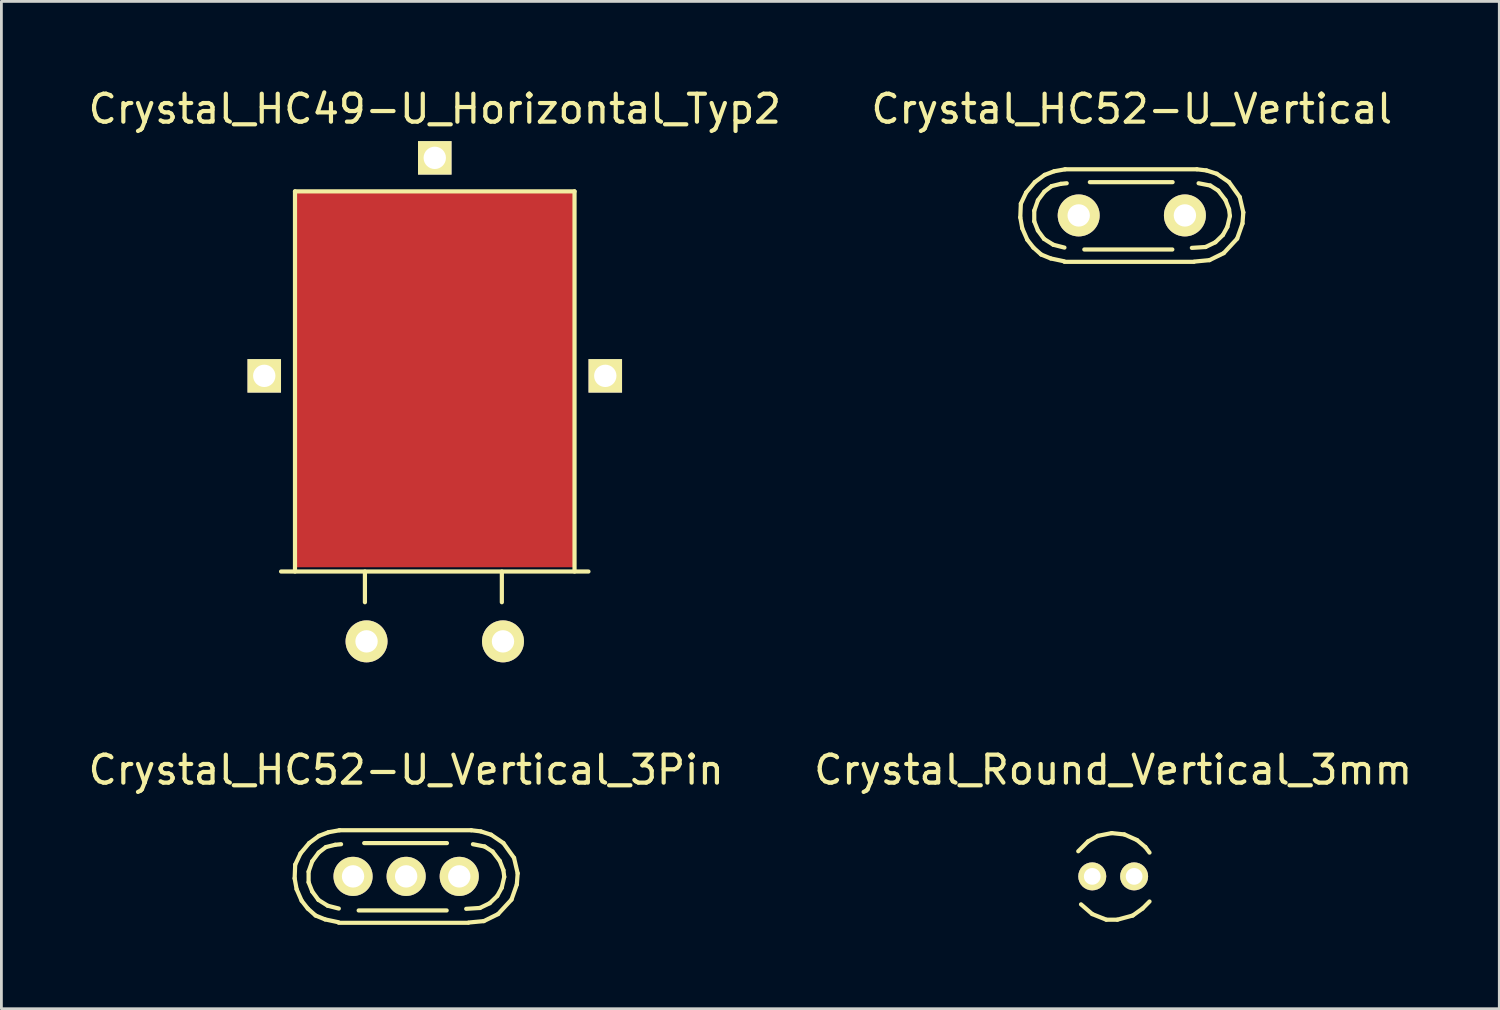
<source format=kicad_pcb>
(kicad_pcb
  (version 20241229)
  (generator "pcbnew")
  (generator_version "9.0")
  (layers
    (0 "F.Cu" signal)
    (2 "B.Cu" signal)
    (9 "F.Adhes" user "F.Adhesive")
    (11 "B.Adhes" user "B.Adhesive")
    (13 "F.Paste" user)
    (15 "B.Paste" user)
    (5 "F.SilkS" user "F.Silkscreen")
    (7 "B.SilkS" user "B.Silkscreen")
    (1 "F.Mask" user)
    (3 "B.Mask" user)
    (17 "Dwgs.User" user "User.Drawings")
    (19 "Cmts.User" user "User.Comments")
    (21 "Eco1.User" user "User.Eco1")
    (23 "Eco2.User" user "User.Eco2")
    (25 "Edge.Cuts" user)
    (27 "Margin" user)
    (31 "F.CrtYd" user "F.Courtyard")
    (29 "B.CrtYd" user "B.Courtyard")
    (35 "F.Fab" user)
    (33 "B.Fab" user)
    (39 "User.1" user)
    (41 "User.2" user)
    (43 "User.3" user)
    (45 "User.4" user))
  (footprint "Crystal_HC52-U_Vertical_3Pin"
    (layer "F.Cu")
    (at 11.482 28.307)
    (property "Reference" "Crystal_HC52-U_Vertical_3Pin" (at 0 -3.81 0) (layer "F.SilkS") (effects (font (size 1 1) (thickness 0.15))))
    (attr through_hole)
    (fp_line (start -3.99 0.071) (end -3.97 -0.419) (stroke (width 0.15) (type solid)) (layer "F.SilkS"))
    (fp_line (start -3.97 -0.419) (end -3.78 -0.82) (stroke (width 0.15) (type solid)) (layer "F.SilkS"))
    (fp_line (start -3.919 0.46) (end -3.99 0.071) (stroke (width 0.15) (type solid)) (layer "F.SilkS"))
    (fp_line (start -3.78 -0.82) (end -3.47 -1.191) (stroke (width 0.15) (type solid)) (layer "F.SilkS"))
    (fp_line (start -3.739 0.871) (end -3.919 0.46) (stroke (width 0.15) (type solid)) (layer "F.SilkS"))
    (fp_line (start -3.52 1.151) (end -3.739 0.871) (stroke (width 0.15) (type solid)) (layer "F.SilkS"))
    (fp_line (start -3.49 -0.17) (end -3.36 -0.541) (stroke (width 0.15) (type solid)) (layer "F.SilkS"))
    (fp_line (start -3.49 0.211) (end -3.49 -0.17) (stroke (width 0.15) (type solid)) (layer "F.SilkS"))
    (fp_line (start -3.47 -1.191) (end -3.119 -1.45) (stroke (width 0.15) (type solid)) (layer "F.SilkS"))
    (fp_line (start -3.36 -0.541) (end -3.129 -0.851) (stroke (width 0.15) (type solid)) (layer "F.SilkS"))
    (fp_line (start -3.36 0.541) (end -3.49 0.211) (stroke (width 0.15) (type solid)) (layer "F.SilkS"))
    (fp_line (start -3.241 1.4) (end -3.52 1.151) (stroke (width 0.15) (type solid)) (layer "F.SilkS"))
    (fp_line (start -3.139 0.841) (end -3.36 0.541) (stroke (width 0.15) (type solid)) (layer "F.SilkS"))
    (fp_line (start -3.129 -0.851) (end -2.87 -1.049) (stroke (width 0.15) (type solid)) (layer "F.SilkS"))
    (fp_line (start -3.119 -1.45) (end -2.779 -1.58) (stroke (width 0.15) (type solid)) (layer "F.SilkS"))
    (fp_line (start -2.901 1.539) (end -3.241 1.4) (stroke (width 0.15) (type solid)) (layer "F.SilkS"))
    (fp_line (start -2.87 -1.049) (end -2.54 -1.13) (stroke (width 0.15) (type solid)) (layer "F.SilkS"))
    (fp_line (start -2.809 1.049) (end -3.139 0.841) (stroke (width 0.15) (type solid)) (layer "F.SilkS"))
    (fp_line (start -2.779 -1.58) (end -2.38 -1.651) (stroke (width 0.15) (type solid)) (layer "F.SilkS"))
    (fp_line (start -2.54 -1.13) (end -2.329 -1.151) (stroke (width 0.15) (type solid)) (layer "F.SilkS"))
    (fp_line (start -2.421 1.641) (end -2.901 1.539) (stroke (width 0.15) (type solid)) (layer "F.SilkS"))
    (fp_line (start -2.41 1.151) (end -2.809 1.049) (stroke (width 0.15) (type solid)) (layer "F.SilkS"))
    (fp_line (start -2.39 -1.651) (end 2.329 -1.651) (stroke (width 0.15) (type solid)) (layer "F.SilkS"))
    (fp_line (start -1.699 1.219) (end 1.45 1.219) (stroke (width 0.15) (type solid)) (layer "F.SilkS"))
    (fp_line (start 1.46 -1.191) (end -1.501 -1.191) (stroke (width 0.15) (type solid)) (layer "F.SilkS"))
    (fp_line (start 2.22 1.661) (end -2.41 1.661) (stroke (width 0.15) (type solid)) (layer "F.SilkS"))
    (fp_line (start 2.329 -1.651) (end 2.67 -1.61) (stroke (width 0.15) (type solid)) (layer "F.SilkS"))
    (fp_line (start 2.39 -1.151) (end 2.809 -1.069) (stroke (width 0.15) (type solid)) (layer "F.SilkS"))
    (fp_line (start 2.639 1.13) (end 2.149 1.161) (stroke (width 0.15) (type solid)) (layer "F.SilkS"))
    (fp_line (start 2.67 -1.61) (end 3.04 -1.491) (stroke (width 0.15) (type solid)) (layer "F.SilkS"))
    (fp_line (start 2.779 1.6) (end 2.24 1.651) (stroke (width 0.15) (type solid)) (layer "F.SilkS"))
    (fp_line (start 2.809 -1.069) (end 3.091 -0.889) (stroke (width 0.15) (type solid)) (layer "F.SilkS"))
    (fp_line (start 2.99 0.96) (end 2.639 1.13) (stroke (width 0.15) (type solid)) (layer "F.SilkS"))
    (fp_line (start 3.04 -1.491) (end 3.48 -1.191) (stroke (width 0.15) (type solid)) (layer "F.SilkS"))
    (fp_line (start 3.091 -0.889) (end 3.35 -0.551) (stroke (width 0.15) (type solid)) (layer "F.SilkS"))
    (fp_line (start 3.259 0.701) (end 2.99 0.96) (stroke (width 0.15) (type solid)) (layer "F.SilkS"))
    (fp_line (start 3.289 1.349) (end 2.779 1.6) (stroke (width 0.15) (type solid)) (layer "F.SilkS"))
    (fp_line (start 3.35 -0.551) (end 3.48 -0.221) (stroke (width 0.15) (type solid)) (layer "F.SilkS"))
    (fp_line (start 3.419 0.409) (end 3.259 0.701) (stroke (width 0.15) (type solid)) (layer "F.SilkS"))
    (fp_line (start 3.48 -1.191) (end 3.861 -0.66) (stroke (width 0.15) (type solid)) (layer "F.SilkS"))
    (fp_line (start 3.48 -0.221) (end 3.51 0.02) (stroke (width 0.15) (type solid)) (layer "F.SilkS"))
    (fp_line (start 3.51 0.02) (end 3.419 0.409) (stroke (width 0.15) (type solid)) (layer "F.SilkS"))
    (fp_line (start 3.769 0.831) (end 3.289 1.349) (stroke (width 0.15) (type solid)) (layer "F.SilkS"))
    (fp_line (start 3.861 -0.66) (end 3.99 -0.109) (stroke (width 0.15) (type solid)) (layer "F.SilkS"))
    (fp_line (start 3.96 0.29) (end 3.769 0.831) (stroke (width 0.15) (type solid)) (layer "F.SilkS"))
    (fp_line (start 3.99 -0.109) (end 3.96 0.29) (stroke (width 0.15) (type solid)) (layer "F.SilkS"))
    (pad "1" thru_hole circle (at -1.9 0) (size 1.4 1.4) (drill 0.8) (layers "*.Cu" "*.Mask" "F.SilkS"))
    (pad "2" thru_hole circle (at 1.9 0) (size 1.4 1.4) (drill 0.8) (layers "*.Cu" "*.Mask" "F.SilkS"))
    (pad "3" thru_hole circle (at 0 0) (size 1.4 1.4) (drill 0.8) (layers "*.Cu" "*.Mask" "F.SilkS")))
  (footprint "Crystal_Round_Vertical_3mm"
    (layer "F.Cu")
    (at 36.78 28.307)
    (property "Reference" "Crystal_Round_Vertical_3mm" (at 0 -3.81 0) (layer "F.SilkS") (effects (font (size 1 1) (thickness 0.15))))
    (attr through_hole)
    (fp_line (start -0.899 -1.25) (end -1.25 -0.899) (stroke (width 0.15) (type solid)) (layer "F.SilkS"))
    (fp_line (start -0.749 1.349) (end -1.151 1.001) (stroke (width 0.15) (type solid)) (layer "F.SilkS"))
    (fp_line (start -0.551 -1.45) (end -0.899 -1.25) (stroke (width 0.15) (type solid)) (layer "F.SilkS"))
    (fp_line (start -0.249 1.549) (end -0.749 1.349) (stroke (width 0.15) (type solid)) (layer "F.SilkS"))
    (fp_line (start -0.051 -1.549) (end -0.551 -1.45) (stroke (width 0.15) (type solid)) (layer "F.SilkS"))
    (fp_line (start 0.15 1.549) (end -0.249 1.549) (stroke (width 0.15) (type solid)) (layer "F.SilkS"))
    (fp_line (start 0.399 -1.501) (end -0.051 -1.549) (stroke (width 0.15) (type solid)) (layer "F.SilkS"))
    (fp_line (start 0.701 1.4) (end 0.15 1.549) (stroke (width 0.15) (type solid)) (layer "F.SilkS"))
    (fp_line (start 0.851 -1.3) (end 0.399 -1.501) (stroke (width 0.15) (type solid)) (layer "F.SilkS"))
    (fp_line (start 1.049 1.151) (end 0.701 1.4) (stroke (width 0.15) (type solid)) (layer "F.SilkS"))
    (fp_line (start 1.151 -1.049) (end 0.851 -1.3) (stroke (width 0.15) (type solid)) (layer "F.SilkS"))
    (fp_line (start 1.3 -0.851) (end 1.151 -1.049) (stroke (width 0.15) (type solid)) (layer "F.SilkS"))
    (fp_line (start 1.3 0.899) (end 1.049 1.151) (stroke (width 0.15) (type solid)) (layer "F.SilkS"))
    (pad "1" thru_hole circle (at -0.749 0) (size 1.001 1.001) (drill 0.599) (layers "*.Cu" "*.Mask" "F.SilkS"))
    (pad "2" thru_hole circle (at 0.749 0) (size 1.001 1.001) (drill 0.599) (layers "*.Cu" "*.Mask" "F.SilkS")))
  (footprint "Crystal_HC52-U_Vertical"
    (layer "F.Cu")
    (at 37.446 4.658)
    (property "Reference" "Crystal_HC52-U_Vertical" (at 0 -3.81 0) (layer "F.SilkS") (effects (font (size 1 1) (thickness 0.15))))
    (attr through_hole)
    (fp_line (start -3.99 0.071) (end -3.97 -0.419) (stroke (width 0.15) (type solid)) (layer "F.SilkS"))
    (fp_line (start -3.97 -0.419) (end -3.78 -0.82) (stroke (width 0.15) (type solid)) (layer "F.SilkS"))
    (fp_line (start -3.919 0.46) (end -3.99 0.071) (stroke (width 0.15) (type solid)) (layer "F.SilkS"))
    (fp_line (start -3.78 -0.82) (end -3.47 -1.191) (stroke (width 0.15) (type solid)) (layer "F.SilkS"))
    (fp_line (start -3.739 0.871) (end -3.919 0.46) (stroke (width 0.15) (type solid)) (layer "F.SilkS"))
    (fp_line (start -3.52 1.151) (end -3.739 0.871) (stroke (width 0.15) (type solid)) (layer "F.SilkS"))
    (fp_line (start -3.49 -0.17) (end -3.36 -0.541) (stroke (width 0.15) (type solid)) (layer "F.SilkS"))
    (fp_line (start -3.49 0.211) (end -3.49 -0.17) (stroke (width 0.15) (type solid)) (layer "F.SilkS"))
    (fp_line (start -3.47 -1.191) (end -3.119 -1.45) (stroke (width 0.15) (type solid)) (layer "F.SilkS"))
    (fp_line (start -3.36 -0.541) (end -3.129 -0.851) (stroke (width 0.15) (type solid)) (layer "F.SilkS"))
    (fp_line (start -3.36 0.541) (end -3.49 0.211) (stroke (width 0.15) (type solid)) (layer "F.SilkS"))
    (fp_line (start -3.241 1.4) (end -3.52 1.151) (stroke (width 0.15) (type solid)) (layer "F.SilkS"))
    (fp_line (start -3.139 0.841) (end -3.36 0.541) (stroke (width 0.15) (type solid)) (layer "F.SilkS"))
    (fp_line (start -3.129 -0.851) (end -2.87 -1.049) (stroke (width 0.15) (type solid)) (layer "F.SilkS"))
    (fp_line (start -3.119 -1.45) (end -2.779 -1.58) (stroke (width 0.15) (type solid)) (layer "F.SilkS"))
    (fp_line (start -2.901 1.539) (end -3.241 1.4) (stroke (width 0.15) (type solid)) (layer "F.SilkS"))
    (fp_line (start -2.87 -1.049) (end -2.54 -1.13) (stroke (width 0.15) (type solid)) (layer "F.SilkS"))
    (fp_line (start -2.809 1.049) (end -3.139 0.841) (stroke (width 0.15) (type solid)) (layer "F.SilkS"))
    (fp_line (start -2.779 -1.58) (end -2.38 -1.651) (stroke (width 0.15) (type solid)) (layer "F.SilkS"))
    (fp_line (start -2.54 -1.13) (end -2.329 -1.151) (stroke (width 0.15) (type solid)) (layer "F.SilkS"))
    (fp_line (start -2.421 1.641) (end -2.901 1.539) (stroke (width 0.15) (type solid)) (layer "F.SilkS"))
    (fp_line (start -2.41 1.151) (end -2.809 1.049) (stroke (width 0.15) (type solid)) (layer "F.SilkS"))
    (fp_line (start -2.39 -1.651) (end 2.329 -1.651) (stroke (width 0.15) (type solid)) (layer "F.SilkS"))
    (fp_line (start -1.699 1.219) (end 1.45 1.219) (stroke (width 0.15) (type solid)) (layer "F.SilkS"))
    (fp_line (start 1.46 -1.191) (end -1.501 -1.191) (stroke (width 0.15) (type solid)) (layer "F.SilkS"))
    (fp_line (start 2.22 1.661) (end -2.41 1.661) (stroke (width 0.15) (type solid)) (layer "F.SilkS"))
    (fp_line (start 2.329 -1.651) (end 2.67 -1.61) (stroke (width 0.15) (type solid)) (layer "F.SilkS"))
    (fp_line (start 2.39 -1.151) (end 2.809 -1.069) (stroke (width 0.15) (type solid)) (layer "F.SilkS"))
    (fp_line (start 2.639 1.13) (end 2.149 1.161) (stroke (width 0.15) (type solid)) (layer "F.SilkS"))
    (fp_line (start 2.67 -1.61) (end 3.04 -1.491) (stroke (width 0.15) (type solid)) (layer "F.SilkS"))
    (fp_line (start 2.779 1.6) (end 2.24 1.651) (stroke (width 0.15) (type solid)) (layer "F.SilkS"))
    (fp_line (start 2.809 -1.069) (end 3.091 -0.889) (stroke (width 0.15) (type solid)) (layer "F.SilkS"))
    (fp_line (start 2.99 0.96) (end 2.639 1.13) (stroke (width 0.15) (type solid)) (layer "F.SilkS"))
    (fp_line (start 3.04 -1.491) (end 3.48 -1.191) (stroke (width 0.15) (type solid)) (layer "F.SilkS"))
    (fp_line (start 3.091 -0.889) (end 3.35 -0.551) (stroke (width 0.15) (type solid)) (layer "F.SilkS"))
    (fp_line (start 3.259 0.701) (end 2.99 0.96) (stroke (width 0.15) (type solid)) (layer "F.SilkS"))
    (fp_line (start 3.289 1.349) (end 2.779 1.6) (stroke (width 0.15) (type solid)) (layer "F.SilkS"))
    (fp_line (start 3.35 -0.551) (end 3.48 -0.221) (stroke (width 0.15) (type solid)) (layer "F.SilkS"))
    (fp_line (start 3.419 0.409) (end 3.259 0.701) (stroke (width 0.15) (type solid)) (layer "F.SilkS"))
    (fp_line (start 3.48 -1.191) (end 3.861 -0.66) (stroke (width 0.15) (type solid)) (layer "F.SilkS"))
    (fp_line (start 3.48 -0.221) (end 3.51 0.02) (stroke (width 0.15) (type solid)) (layer "F.SilkS"))
    (fp_line (start 3.51 0.02) (end 3.419 0.409) (stroke (width 0.15) (type solid)) (layer "F.SilkS"))
    (fp_line (start 3.769 0.831) (end 3.289 1.349) (stroke (width 0.15) (type solid)) (layer "F.SilkS"))
    (fp_line (start 3.861 -0.66) (end 3.99 -0.109) (stroke (width 0.15) (type solid)) (layer "F.SilkS"))
    (fp_line (start 3.96 0.29) (end 3.769 0.831) (stroke (width 0.15) (type solid)) (layer "F.SilkS"))
    (fp_line (start 3.99 -0.109) (end 3.96 0.29) (stroke (width 0.15) (type solid)) (layer "F.SilkS"))
    (pad "1" thru_hole circle (at -1.9 0) (size 1.501 1.501) (drill 0.8) (layers "*.Cu" "*.Mask" "F.SilkS"))
    (pad "2" thru_hole circle (at 1.9 0) (size 1.501 1.501) (drill 0.8) (layers "*.Cu" "*.Mask" "F.SilkS")))
  (footprint "Crystal_HC49-U_Horizontal_Typ2"
    (layer "F.Cu")
    (at 12.506 19.898)
    (property "Reference" "Crystal_HC49-U_Horizontal_Typ2" (at 0 -19.05 0) (layer "F.SilkS") (effects (font (size 1 1) (thickness 0.15))))
    (attr through_hole)
    (fp_line (start -5.499 -2.499) (end 5.499 -2.499) (stroke (width 0.15) (type solid)) (layer "F.SilkS"))
    (fp_line (start -5.001 -16.101) (end 5.001 -16.101) (stroke (width 0.15) (type solid)) (layer "F.SilkS"))
    (fp_line (start -5.001 -2.499) (end -5.001 -16.101) (stroke (width 0.15) (type solid)) (layer "F.SilkS"))
    (fp_line (start -2.499 -1.4) (end -2.499 -2.499) (stroke (width 0.15) (type solid)) (layer "F.SilkS"))
    (fp_line (start 2.4 -1.4) (end 2.4 -2.499) (stroke (width 0.15) (type solid)) (layer "F.SilkS"))
    (fp_line (start 5.001 -16.101) (end 5.001 -2.499) (stroke (width 0.15) (type solid)) (layer "F.SilkS"))
    (pad "1" thru_hole circle (at -2.441 0) (size 1.501 1.501) (drill 0.8) (layers "*.Cu" "*.Mask" "F.SilkS"))
    (pad "2" thru_hole circle (at 2.441 0) (size 1.501 1.501) (drill 0.8) (layers "*.Cu" "*.Mask" "F.SilkS"))
    (pad "3" thru_hole rect (at -6.101 -9.5) (size 1.199 1.199) (drill 0.8) (layers "*.Cu" "*.Mask" "F.SilkS"))
    (pad "3" thru_hole rect (at 0 -17.3) (size 1.199 1.199) (drill 0.8) (layers "*.Cu" "*.Mask" "F.SilkS"))
    (pad "3" smd rect (at 0 -9.401) (size 10 13.5) (layers "F.Cu" "F.Mask" "F.Paste"))
    (pad "3" thru_hole rect (at 6.101 -9.5) (size 1.199 1.199) (drill 0.8) (layers "*.Cu" "*.Mask" "F.SilkS")))
  (gr_rect
    (start -3 -3)
    (end 50.595 33.043)
    (stroke (width 0.1) (type default))
    (fill no)
    (layer "Edge.Cuts")))
</source>
